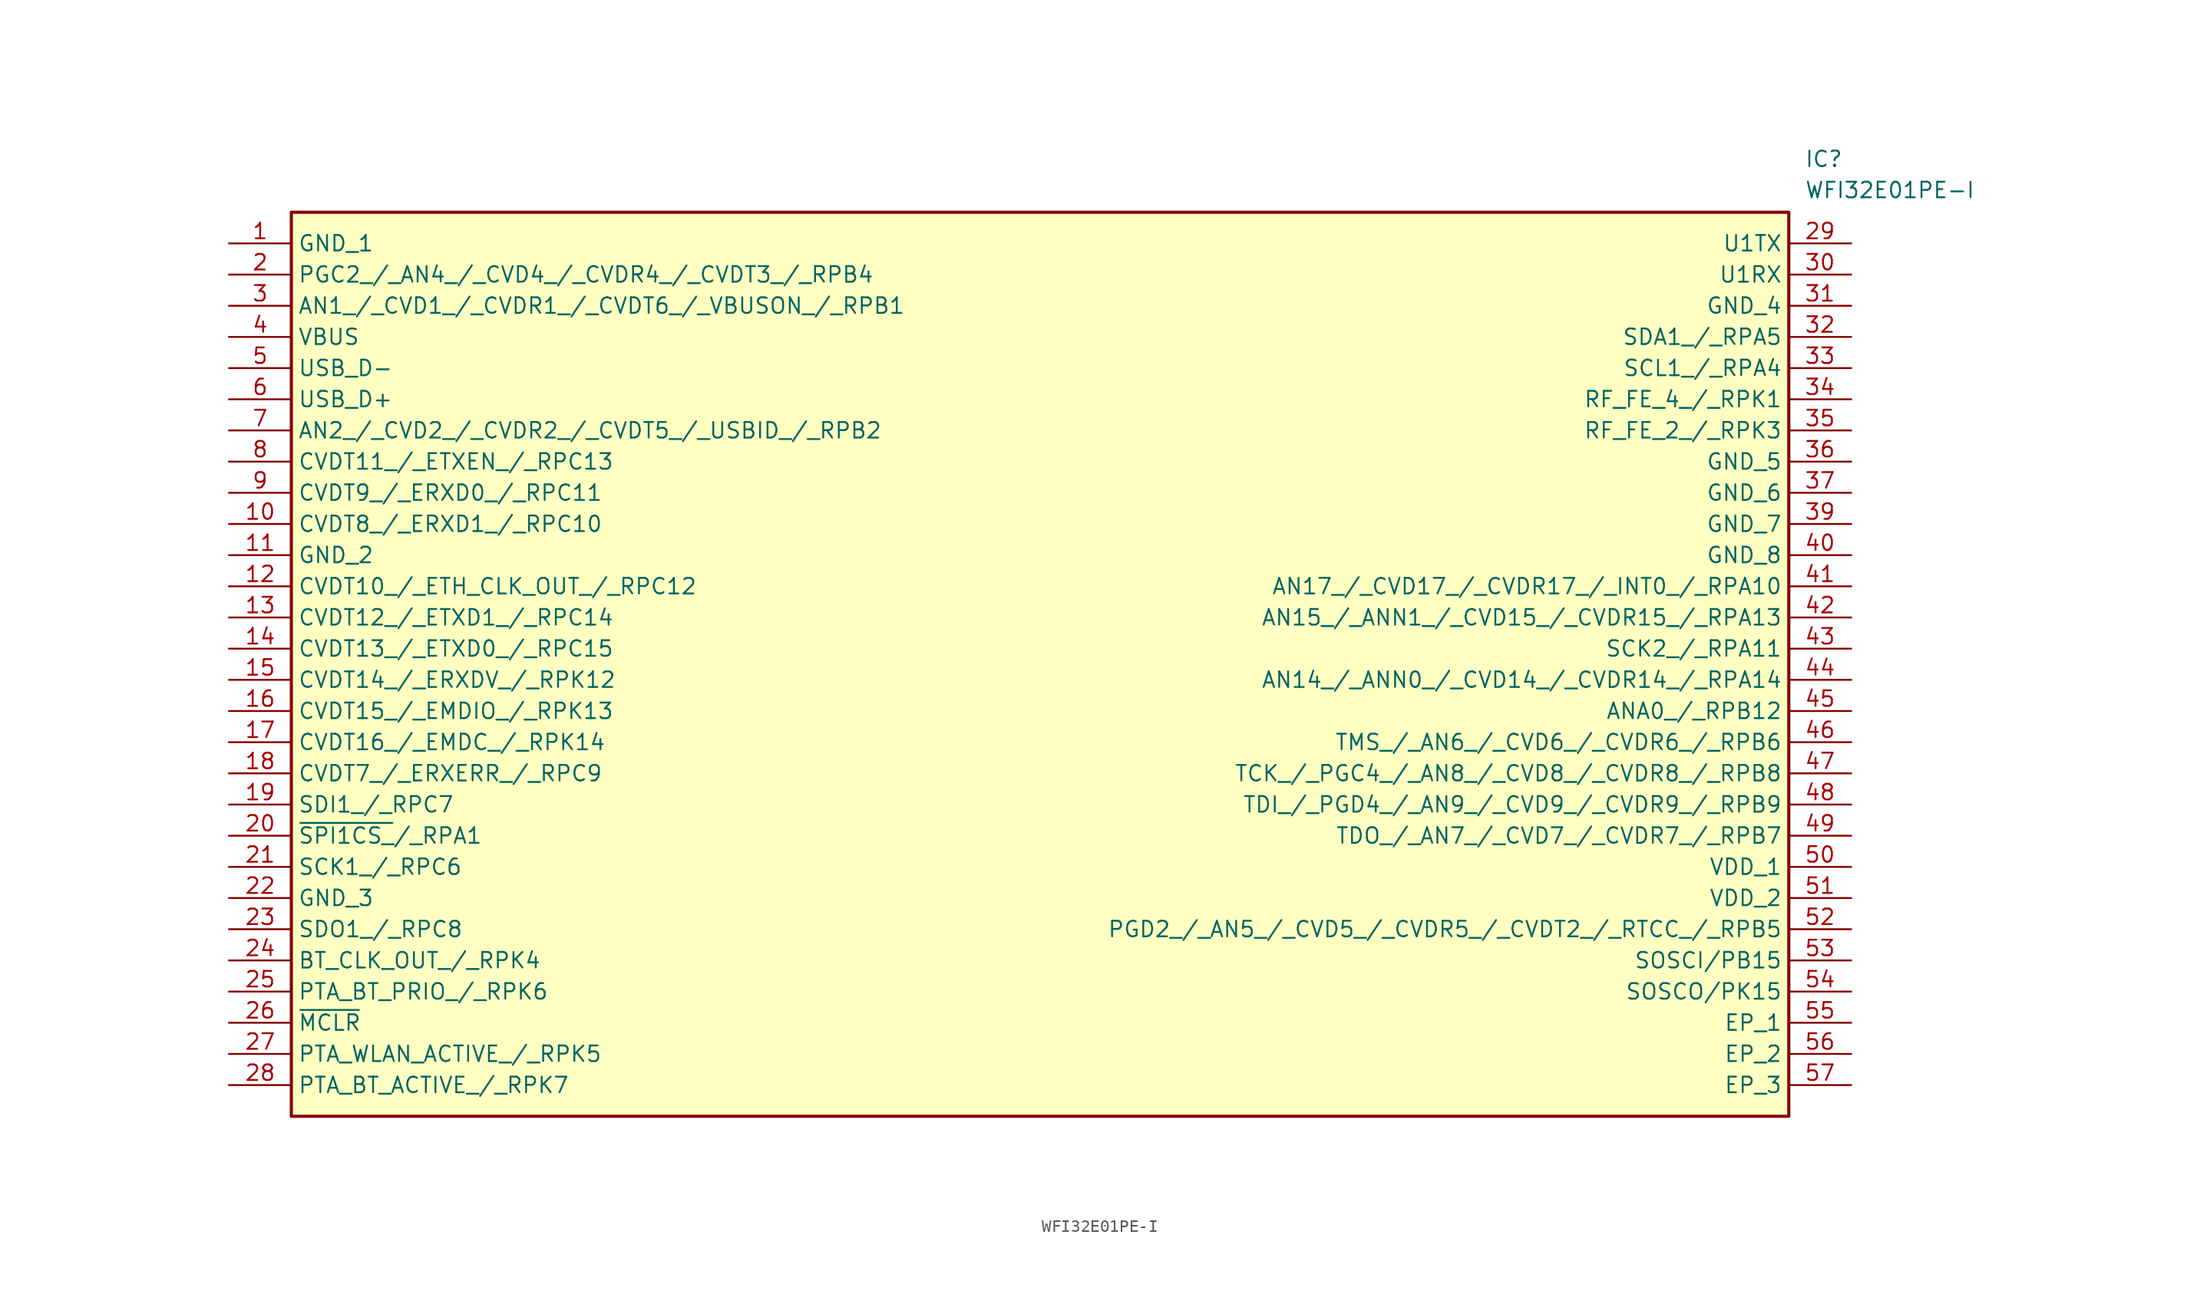
<source format=kicad_sym>
(kicad_symbol_lib
  (version 20211014)
  (generator SamacSys_ECAD_Model)
  (symbol "WFI32E01PE-I"
    (property "Reference" "IC"
      (at 128.27 7.62 0)
      (effects (font (size 1.27 1.27)) (justify left top)))
    (property "Value" "WFI32E01PE-I"
      (at 128.27 5.08 0)
      (effects (font (size 1.27 1.27)) (justify left top)))
    (rectangle
      (start 5.08 2.54)
      (end 127 -71.12)
      (stroke (width 0.254) (type default))
      (fill (type background)))
    (pin passive line
      (at 0 0 0)
      (length 5.08)
      (name "GND_1" (effects (font (size 1.27 1.27))))
      (number "1" (effects (font (size 1.27 1.27)))))
    (pin passive line
      (at 0 -2.54 0)
      (length 5.08)
      (name "PGC2_/_AN4_/_CVD4_/_CVDR4_/_CVDT3_/_RPB4" (effects (font (size 1.27 1.27))))
      (number "2" (effects (font (size 1.27 1.27)))))
    (pin passive line
      (at 0 -5.08 0)
      (length 5.08)
      (name "AN1_/_CVD1_/_CVDR1_/_CVDT6_/_VBUSON_/_RPB1" (effects (font (size 1.27 1.27))))
      (number "3" (effects (font (size 1.27 1.27)))))
    (pin passive line
      (at 0 -7.62 0)
      (length 5.08)
      (name "VBUS" (effects (font (size 1.27 1.27))))
      (number "4" (effects (font (size 1.27 1.27)))))
    (pin passive line
      (at 0 -10.16 0)
      (length 5.08)
      (name "USB_D-" (effects (font (size 1.27 1.27))))
      (number "5" (effects (font (size 1.27 1.27)))))
    (pin passive line
      (at 0 -12.7 0)
      (length 5.08)
      (name "USB_D+" (effects (font (size 1.27 1.27))))
      (number "6" (effects (font (size 1.27 1.27)))))
    (pin passive line
      (at 0 -15.24 0)
      (length 5.08)
      (name "AN2_/_CVD2_/_CVDR2_/_CVDT5_/_USBID_/_RPB2" (effects (font (size 1.27 1.27))))
      (number "7" (effects (font (size 1.27 1.27)))))
    (pin passive line
      (at 0 -17.78 0)
      (length 5.08)
      (name "CVDT11_/_ETXEN_/_RPC13" (effects (font (size 1.27 1.27))))
      (number "8" (effects (font (size 1.27 1.27)))))
    (pin passive line
      (at 0 -20.32 0)
      (length 5.08)
      (name "CVDT9_/_ERXD0_/_RPC11" (effects (font (size 1.27 1.27))))
      (number "9" (effects (font (size 1.27 1.27)))))
    (pin passive line
      (at 0 -22.86 0)
      (length 5.08)
      (name "CVDT8_/_ERXD1_/_RPC10" (effects (font (size 1.27 1.27))))
      (number "10" (effects (font (size 1.27 1.27)))))
    (pin passive line
      (at 0 -25.4 0)
      (length 5.08)
      (name "GND_2" (effects (font (size 1.27 1.27))))
      (number "11" (effects (font (size 1.27 1.27)))))
    (pin passive line
      (at 0 -27.94 0)
      (length 5.08)
      (name "CVDT10_/_ETH_CLK_OUT_/_RPC12" (effects (font (size 1.27 1.27))))
      (number "12" (effects (font (size 1.27 1.27)))))
    (pin passive line
      (at 0 -30.48 0)
      (length 5.08)
      (name "CVDT12_/_ETXD1_/_RPC14" (effects (font (size 1.27 1.27))))
      (number "13" (effects (font (size 1.27 1.27)))))
    (pin passive line
      (at 0 -33.02 0)
      (length 5.08)
      (name "CVDT13_/_ETXD0_/_RPC15" (effects (font (size 1.27 1.27))))
      (number "14" (effects (font (size 1.27 1.27)))))
    (pin passive line
      (at 0 -35.56 0)
      (length 5.08)
      (name "CVDT14_/_ERXDV_/_RPK12" (effects (font (size 1.27 1.27))))
      (number "15" (effects (font (size 1.27 1.27)))))
    (pin passive line
      (at 0 -38.1 0)
      (length 5.08)
      (name "CVDT15_/_EMDIO_/_RPK13" (effects (font (size 1.27 1.27))))
      (number "16" (effects (font (size 1.27 1.27)))))
    (pin passive line
      (at 0 -40.64 0)
      (length 5.08)
      (name "CVDT16_/_EMDC_/_RPK14" (effects (font (size 1.27 1.27))))
      (number "17" (effects (font (size 1.27 1.27)))))
    (pin passive line
      (at 0 -43.18 0)
      (length 5.08)
      (name "CVDT7_/_ERXERR_/_RPC9" (effects (font (size 1.27 1.27))))
      (number "18" (effects (font (size 1.27 1.27)))))
    (pin passive line
      (at 0 -45.72 0)
      (length 5.08)
      (name "SDI1_/_RPC7" (effects (font (size 1.27 1.27))))
      (number "19" (effects (font (size 1.27 1.27)))))
    (pin passive line
      (at 0 -48.26 0)
      (length 5.08)
      (name "~{SPI1CS_}/_RPA1" (effects (font (size 1.27 1.27))))
      (number "20" (effects (font (size 1.27 1.27)))))
    (pin passive line
      (at 0 -50.8 0)
      (length 5.08)
      (name "SCK1_/_RPC6" (effects (font (size 1.27 1.27))))
      (number "21" (effects (font (size 1.27 1.27)))))
    (pin passive line
      (at 0 -53.34 0)
      (length 5.08)
      (name "GND_3" (effects (font (size 1.27 1.27))))
      (number "22" (effects (font (size 1.27 1.27)))))
    (pin passive line
      (at 0 -55.88 0)
      (length 5.08)
      (name "SDO1_/_RPC8" (effects (font (size 1.27 1.27))))
      (number "23" (effects (font (size 1.27 1.27)))))
    (pin passive line
      (at 0 -58.42 0)
      (length 5.08)
      (name "BT_CLK_OUT_/_RPK4" (effects (font (size 1.27 1.27))))
      (number "24" (effects (font (size 1.27 1.27)))))
    (pin passive line
      (at 0 -60.96 0)
      (length 5.08)
      (name "PTA_BT_PRIO_/_RPK6" (effects (font (size 1.27 1.27))))
      (number "25" (effects (font (size 1.27 1.27)))))
    (pin passive line
      (at 0 -63.5 0)
      (length 5.08)
      (name "~{MCLR}" (effects (font (size 1.27 1.27))))
      (number "26" (effects (font (size 1.27 1.27)))))
    (pin passive line
      (at 0 -66.04 0)
      (length 5.08)
      (name "PTA_WLAN_ACTIVE_/_RPK5" (effects (font (size 1.27 1.27))))
      (number "27" (effects (font (size 1.27 1.27)))))
    (pin passive line
      (at 0 -68.58 0)
      (length 5.08)
      (name "PTA_BT_ACTIVE_/_RPK7" (effects (font (size 1.27 1.27))))
      (number "28" (effects (font (size 1.27 1.27)))))
    (pin passive line
      (at 132.08 0 180)
      (length 5.08)
      (name "U1TX" (effects (font (size 1.27 1.27))))
      (number "29" (effects (font (size 1.27 1.27)))))
    (pin passive line
      (at 132.08 -2.54 180)
      (length 5.08)
      (name "U1RX" (effects (font (size 1.27 1.27))))
      (number "30" (effects (font (size 1.27 1.27)))))
    (pin passive line
      (at 132.08 -5.08 180)
      (length 5.08)
      (name "GND_4" (effects (font (size 1.27 1.27))))
      (number "31" (effects (font (size 1.27 1.27)))))
    (pin passive line
      (at 132.08 -7.62 180)
      (length 5.08)
      (name "SDA1_/_RPA5" (effects (font (size 1.27 1.27))))
      (number "32" (effects (font (size 1.27 1.27)))))
    (pin passive line
      (at 132.08 -10.16 180)
      (length 5.08)
      (name "SCL1_/_RPA4" (effects (font (size 1.27 1.27))))
      (number "33" (effects (font (size 1.27 1.27)))))
    (pin passive line
      (at 132.08 -12.7 180)
      (length 5.08)
      (name "RF_FE_4_/_RPK1" (effects (font (size 1.27 1.27))))
      (number "34" (effects (font (size 1.27 1.27)))))
    (pin passive line
      (at 132.08 -15.24 180)
      (length 5.08)
      (name "RF_FE_2_/_RPK3" (effects (font (size 1.27 1.27))))
      (number "35" (effects (font (size 1.27 1.27)))))
    (pin passive line
      (at 132.08 -17.78 180)
      (length 5.08)
      (name "GND_5" (effects (font (size 1.27 1.27))))
      (number "36" (effects (font (size 1.27 1.27)))))
    (pin passive line
      (at 132.08 -20.32 180)
      (length 5.08)
      (name "GND_6" (effects (font (size 1.27 1.27))))
      (number "37" (effects (font (size 1.27 1.27)))))
    (pin passive line
      (at 132.08 -22.86 180)
      (length 5.08)
      (name "GND_7" (effects (font (size 1.27 1.27))))
      (number "39" (effects (font (size 1.27 1.27)))))
    (pin passive line
      (at 132.08 -25.4 180)
      (length 5.08)
      (name "GND_8" (effects (font (size 1.27 1.27))))
      (number "40" (effects (font (size 1.27 1.27)))))
    (pin passive line
      (at 132.08 -27.94 180)
      (length 5.08)
      (name "AN17_/_CVD17_/_CVDR17_/_INT0_/_RPA10" (effects (font (size 1.27 1.27))))
      (number "41" (effects (font (size 1.27 1.27)))))
    (pin passive line
      (at 132.08 -30.48 180)
      (length 5.08)
      (name "AN15_/_ANN1_/_CVD15_/_CVDR15_/_RPA13" (effects (font (size 1.27 1.27))))
      (number "42" (effects (font (size 1.27 1.27)))))
    (pin passive line
      (at 132.08 -33.02 180)
      (length 5.08)
      (name "SCK2_/_RPA11" (effects (font (size 1.27 1.27))))
      (number "43" (effects (font (size 1.27 1.27)))))
    (pin passive line
      (at 132.08 -35.56 180)
      (length 5.08)
      (name "AN14_/_ANN0_/_CVD14_/_CVDR14_/_RPA14" (effects (font (size 1.27 1.27))))
      (number "44" (effects (font (size 1.27 1.27)))))
    (pin passive line
      (at 132.08 -38.1 180)
      (length 5.08)
      (name "ANA0_/_RPB12" (effects (font (size 1.27 1.27))))
      (number "45" (effects (font (size 1.27 1.27)))))
    (pin passive line
      (at 132.08 -40.64 180)
      (length 5.08)
      (name "TMS_/_AN6_/_CVD6_/_CVDR6_/_RPB6" (effects (font (size 1.27 1.27))))
      (number "46" (effects (font (size 1.27 1.27)))))
    (pin passive line
      (at 132.08 -43.18 180)
      (length 5.08)
      (name "TCK_/_PGC4_/_AN8_/_CVD8_/_CVDR8_/_RPB8" (effects (font (size 1.27 1.27))))
      (number "47" (effects (font (size 1.27 1.27)))))
    (pin passive line
      (at 132.08 -45.72 180)
      (length 5.08)
      (name "TDI_/_PGD4_/_AN9_/_CVD9_/_CVDR9_/_RPB9" (effects (font (size 1.27 1.27))))
      (number "48" (effects (font (size 1.27 1.27)))))
    (pin passive line
      (at 132.08 -48.26 180)
      (length 5.08)
      (name "TDO_/_AN7_/_CVD7_/_CVDR7_/_RPB7" (effects (font (size 1.27 1.27))))
      (number "49" (effects (font (size 1.27 1.27)))))
    (pin passive line
      (at 132.08 -50.8 180)
      (length 5.08)
      (name "VDD_1" (effects (font (size 1.27 1.27))))
      (number "50" (effects (font (size 1.27 1.27)))))
    (pin passive line
      (at 132.08 -53.34 180)
      (length 5.08)
      (name "VDD_2" (effects (font (size 1.27 1.27))))
      (number "51" (effects (font (size 1.27 1.27)))))
    (pin passive line
      (at 132.08 -55.88 180)
      (length 5.08)
      (name "PGD2_/_AN5_/_CVD5_/_CVDR5_/_CVDT2_/_RTCC_/_RPB5" (effects (font (size 1.27 1.27))))
      (number "52" (effects (font (size 1.27 1.27)))))
    (pin passive line
      (at 132.08 -58.42 180)
      (length 5.08)
      (name "SOSCI/PB15" (effects (font (size 1.27 1.27))))
      (number "53" (effects (font (size 1.27 1.27)))))
    (pin passive line
      (at 132.08 -60.96 180)
      (length 5.08)
      (name "SOSCO/PK15" (effects (font (size 1.27 1.27))))
      (number "54" (effects (font (size 1.27 1.27)))))
    (pin passive line
      (at 132.08 -63.5 180)
      (length 5.08)
      (name "EP_1" (effects (font (size 1.27 1.27))))
      (number "55" (effects (font (size 1.27 1.27)))))
    (pin passive line
      (at 132.08 -66.04 180)
      (length 5.08)
      (name "EP_2" (effects (font (size 1.27 1.27))))
      (number "56" (effects (font (size 1.27 1.27)))))
    (pin passive line
      (at 132.08 -68.58 180)
      (length 5.08)
      (name "EP_3" (effects (font (size 1.27 1.27))))
      (number "57" (effects (font (size 1.27 1.27)))))))
</source>
